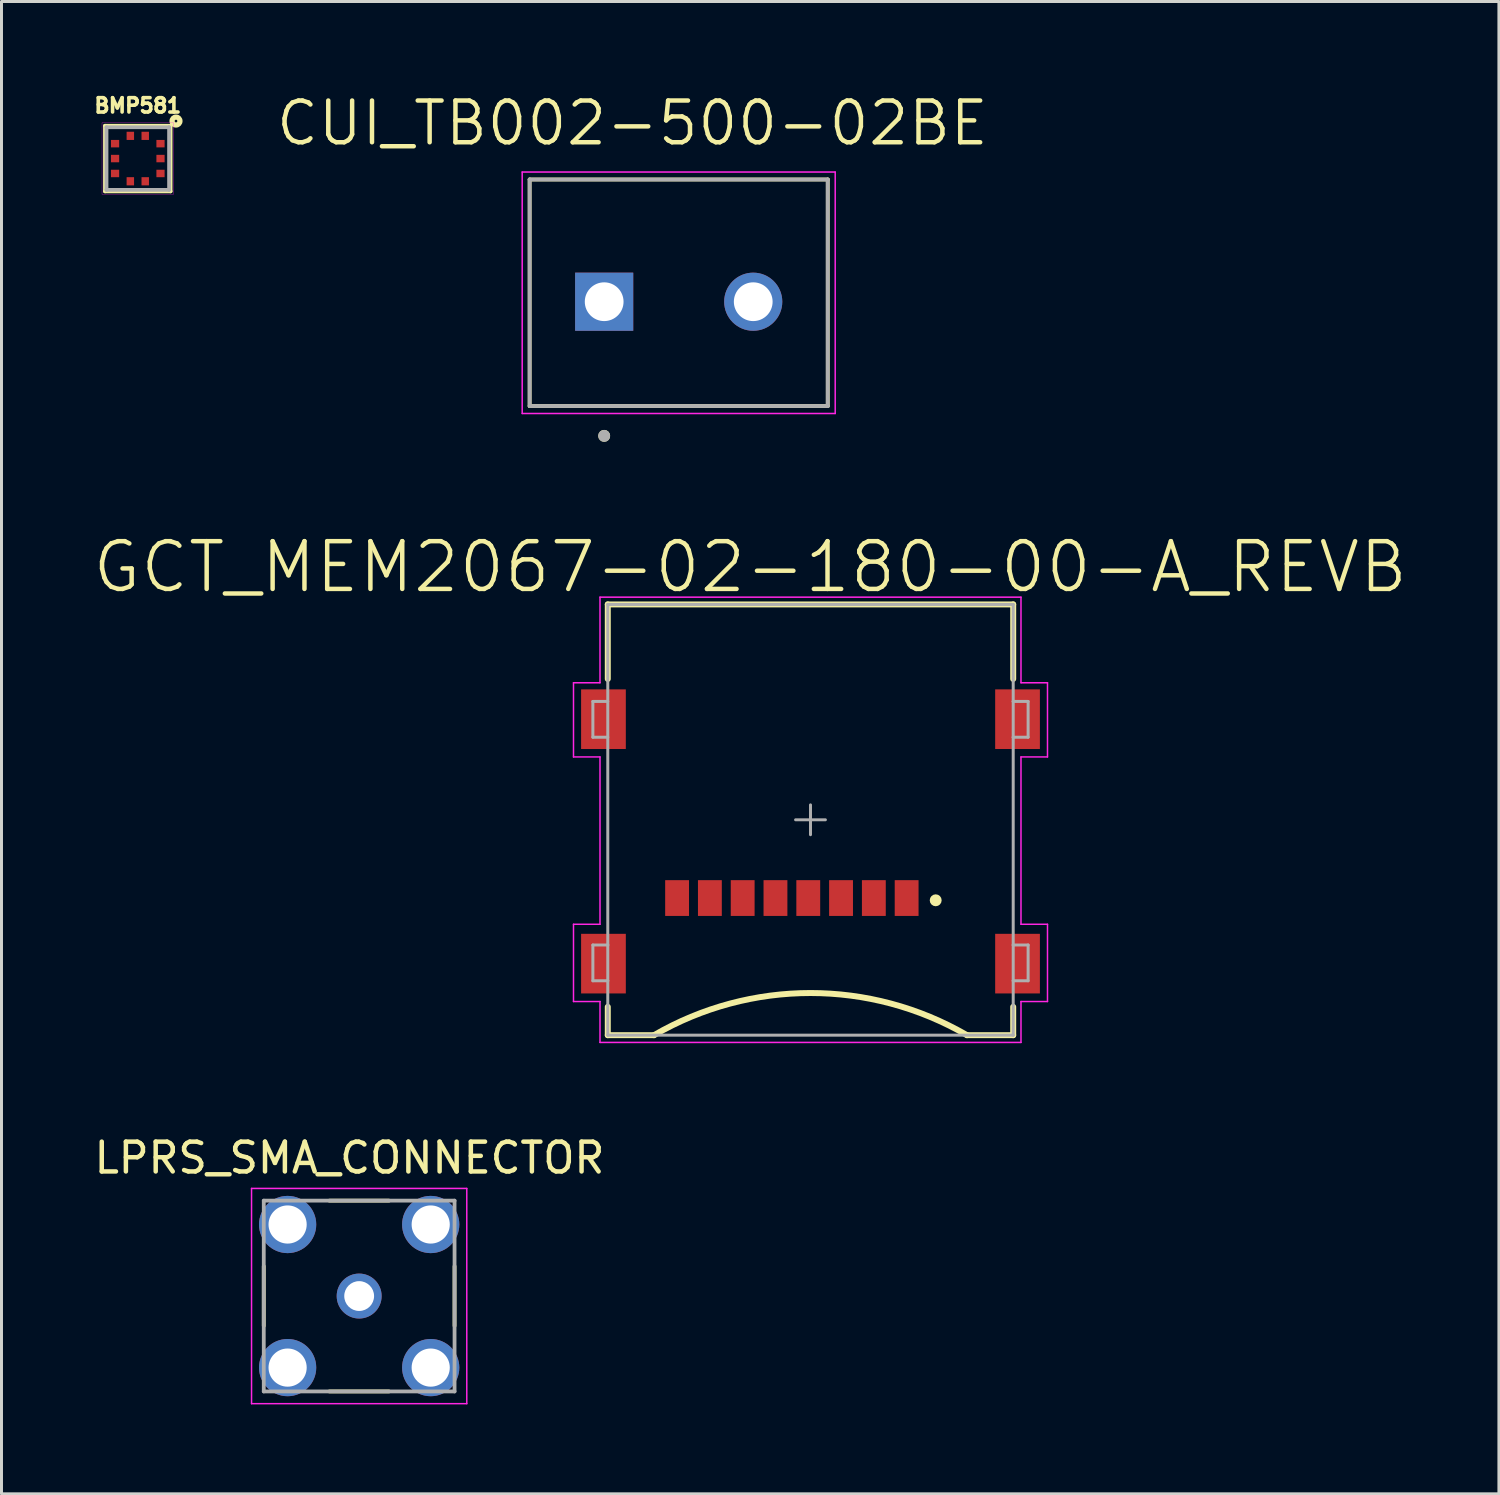
<source format=kicad_pcb>
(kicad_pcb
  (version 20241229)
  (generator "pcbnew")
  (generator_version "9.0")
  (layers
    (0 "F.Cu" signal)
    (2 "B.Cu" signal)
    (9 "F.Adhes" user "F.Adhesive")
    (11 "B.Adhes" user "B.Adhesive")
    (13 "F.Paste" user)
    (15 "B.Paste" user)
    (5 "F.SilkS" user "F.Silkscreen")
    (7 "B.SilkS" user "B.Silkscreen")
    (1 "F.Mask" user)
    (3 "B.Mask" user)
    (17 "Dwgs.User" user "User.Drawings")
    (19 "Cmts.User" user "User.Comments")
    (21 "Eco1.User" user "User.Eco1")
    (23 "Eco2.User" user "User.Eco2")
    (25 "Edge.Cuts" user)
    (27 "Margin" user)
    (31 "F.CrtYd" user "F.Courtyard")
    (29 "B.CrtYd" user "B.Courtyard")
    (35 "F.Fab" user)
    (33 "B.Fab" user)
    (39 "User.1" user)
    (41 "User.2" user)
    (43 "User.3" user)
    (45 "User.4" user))
  (footprint "GCT_MEM2067-02-180-00-A_REVB"
    (layer "F.Cu")
    (at 24.138 24.45)
    (property "Reference" "GCT_MEM2067-02-180-00-A_REVB" (at -2.023 -8.478 0) (layer "F.SilkS") (effects (font (size 1.602 1.602) (thickness 0.15))))
    (attr smd)
    (fp_line (start -6.8 -7.225) (end 6.8 -7.225) (stroke (width 0.2) (type solid)) (layer "F.SilkS"))
    (fp_line (start -6.8 -4.725) (end -6.8 -7.225) (stroke (width 0.2) (type solid)) (layer "F.SilkS"))
    (fp_line (start -6.8 7.225) (end -6.8 6.275) (stroke (width 0.2) (type solid)) (layer "F.SilkS"))
    (fp_line (start -6.8 7.225) (end -5.25 7.225) (stroke (width 0.2) (type solid)) (layer "F.SilkS"))
    (fp_line (start 5.25 7.225) (end 6.8 7.225) (stroke (width 0.2) (type solid)) (layer "F.SilkS"))
    (fp_line (start 6.8 -4.725) (end 6.8 -7.225) (stroke (width 0.2) (type solid)) (layer "F.SilkS"))
    (fp_line (start 6.8 7.225) (end 6.8 6.275) (stroke (width 0.2) (type solid)) (layer "F.SilkS"))
    (fp_arc (start -5.25 7.225) (mid 0 5.810899) (end 5.25 7.225) (stroke (width 0.2) (type solid)) (layer "F.SilkS"))
    (fp_circle (center 4.2 2.7) (end 4.3 2.7) (stroke (width 0.2) (type solid)) (fill no) (layer "F.SilkS"))
    (fp_line (start -7.95 -4.597) (end -7.061 -4.597) (stroke (width 0.05) (type solid)) (layer "F.CrtYd"))
    (fp_line (start -7.95 -2.108) (end -7.95 -4.597) (stroke (width 0.05) (type solid)) (layer "F.CrtYd"))
    (fp_line (start -7.95 -2.108) (end -7.061 -2.108) (stroke (width 0.05) (type solid)) (layer "F.CrtYd"))
    (fp_line (start -7.95 3.505) (end -7.061 3.505) (stroke (width 0.05) (type solid)) (layer "F.CrtYd"))
    (fp_line (start -7.95 6.096) (end -7.95 3.505) (stroke (width 0.05) (type solid)) (layer "F.CrtYd"))
    (fp_line (start -7.95 6.096) (end -7.061 6.096) (stroke (width 0.05) (type solid)) (layer "F.CrtYd"))
    (fp_line (start -7.061 -7.468) (end 7.061 -7.468) (stroke (width 0.05) (type solid)) (layer "F.CrtYd"))
    (fp_line (start -7.061 -4.597) (end -7.061 -7.468) (stroke (width 0.05) (type solid)) (layer "F.CrtYd"))
    (fp_line (start -7.061 3.505) (end -7.061 -2.108) (stroke (width 0.05) (type solid)) (layer "F.CrtYd"))
    (fp_line (start -7.061 7.468) (end -7.061 6.096) (stroke (width 0.05) (type solid)) (layer "F.CrtYd"))
    (fp_line (start -7.061 7.468) (end 7.061 7.468) (stroke (width 0.05) (type solid)) (layer "F.CrtYd"))
    (fp_line (start 7.061 -4.597) (end 7.061 -7.468) (stroke (width 0.05) (type solid)) (layer "F.CrtYd"))
    (fp_line (start 7.061 -4.597) (end 7.95 -4.597) (stroke (width 0.05) (type solid)) (layer "F.CrtYd"))
    (fp_line (start 7.061 -2.108) (end 7.95 -2.108) (stroke (width 0.05) (type solid)) (layer "F.CrtYd"))
    (fp_line (start 7.061 3.505) (end 7.061 -2.108) (stroke (width 0.05) (type solid)) (layer "F.CrtYd"))
    (fp_line (start 7.061 3.505) (end 7.95 3.505) (stroke (width 0.05) (type solid)) (layer "F.CrtYd"))
    (fp_line (start 7.061 6.096) (end 7.95 6.096) (stroke (width 0.05) (type solid)) (layer "F.CrtYd"))
    (fp_line (start 7.061 7.468) (end 7.061 6.096) (stroke (width 0.05) (type solid)) (layer "F.CrtYd"))
    (fp_line (start 7.95 -2.108) (end 7.95 -4.597) (stroke (width 0.05) (type solid)) (layer "F.CrtYd"))
    (fp_line (start 7.95 6.096) (end 7.95 3.505) (stroke (width 0.05) (type solid)) (layer "F.CrtYd"))
    (fp_line (start -7.3 -3.97) (end -6.8 -3.97) (stroke (width 0.1) (type solid)) (layer "F.Fab"))
    (fp_line (start -7.3 -2.77) (end -7.3 -3.97) (stroke (width 0.1) (type solid)) (layer "F.Fab"))
    (fp_line (start -7.3 -2.77) (end -6.8 -2.77) (stroke (width 0.1) (type solid)) (layer "F.Fab"))
    (fp_line (start -7.3 4.2) (end -6.8 4.2) (stroke (width 0.1) (type solid)) (layer "F.Fab"))
    (fp_line (start -7.3 5.4) (end -7.3 4.2) (stroke (width 0.1) (type solid)) (layer "F.Fab"))
    (fp_line (start -7.3 5.4) (end -6.8 5.4) (stroke (width 0.1) (type solid)) (layer "F.Fab"))
    (fp_line (start -6.8 -7.225) (end 6.8 -7.225) (stroke (width 0.1) (type solid)) (layer "F.Fab"))
    (fp_line (start -6.8 4.2) (end -6.8 -7.225) (stroke (width 0.1) (type solid)) (layer "F.Fab"))
    (fp_line (start -6.8 5.4) (end -6.8 4.2) (stroke (width 0.1) (type solid)) (layer "F.Fab"))
    (fp_line (start -6.8 7.225) (end -6.8 5.4) (stroke (width 0.1) (type solid)) (layer "F.Fab"))
    (fp_line (start -6.8 7.225) (end 6.8 7.225) (stroke (width 0.1) (type solid)) (layer "F.Fab"))
    (fp_line (start -0.5 0) (end 0.5 0) (stroke (width 0.1) (type solid)) (layer "F.Fab"))
    (fp_line (start 0 0.5) (end 0 -0.5) (stroke (width 0.1) (type solid)) (layer "F.Fab"))
    (fp_line (start 6.8 -3.97) (end 6.8 -7.225) (stroke (width 0.1) (type solid)) (layer "F.Fab"))
    (fp_line (start 6.8 -3.97) (end 7.3 -3.97) (stroke (width 0.1) (type solid)) (layer "F.Fab"))
    (fp_line (start 6.8 -2.77) (end 6.8 -3.97) (stroke (width 0.1) (type solid)) (layer "F.Fab"))
    (fp_line (start 6.8 -2.77) (end 7.3 -2.77) (stroke (width 0.1) (type solid)) (layer "F.Fab"))
    (fp_line (start 6.8 4.2) (end 6.8 -2.77) (stroke (width 0.1) (type solid)) (layer "F.Fab"))
    (fp_line (start 6.8 4.2) (end 7.3 4.2) (stroke (width 0.1) (type solid)) (layer "F.Fab"))
    (fp_line (start 6.8 5.4) (end 6.8 4.2) (stroke (width 0.1) (type solid)) (layer "F.Fab"))
    (fp_line (start 6.8 5.4) (end 7.3 5.4) (stroke (width 0.1) (type solid)) (layer "F.Fab"))
    (fp_line (start 6.8 7.225) (end 6.8 5.4) (stroke (width 0.1) (type solid)) (layer "F.Fab"))
    (fp_line (start 7.3 -2.77) (end 7.3 -3.97) (stroke (width 0.1) (type solid)) (layer "F.Fab"))
    (fp_line (start 7.3 5.4) (end 7.3 4.2) (stroke (width 0.1) (type solid)) (layer "F.Fab"))
    (pad "1" smd rect (at 3.225 2.625) (size 0.8 1.2) (layers "F.Cu" "F.Mask" "F.Paste"))
    (pad "2" smd rect (at 2.125 2.625) (size 0.8 1.2) (layers "F.Cu" "F.Mask" "F.Paste"))
    (pad "3" smd rect (at 1.025 2.625) (size 0.8 1.2) (layers "F.Cu" "F.Mask" "F.Paste"))
    (pad "4" smd rect (at -0.075 2.625) (size 0.8 1.2) (layers "F.Cu" "F.Mask" "F.Paste"))
    (pad "5" smd rect (at -1.175 2.625) (size 0.8 1.2) (layers "F.Cu" "F.Mask" "F.Paste"))
    (pad "6" smd rect (at -2.275 2.625) (size 0.8 1.2) (layers "F.Cu" "F.Mask" "F.Paste"))
    (pad "7" smd rect (at -3.375 2.625) (size 0.8 1.2) (layers "F.Cu" "F.Mask" "F.Paste"))
    (pad "8" smd rect (at -4.475 2.625) (size 0.8 1.2) (layers "F.Cu" "F.Mask" "F.Paste"))
    (pad "9" smd rect (at -6.945 4.825) (size 1.5 2) (layers "F.Cu" "F.Mask" "F.Paste"))
    (pad "10" smd rect (at -6.945 -3.375) (size 1.5 2) (layers "F.Cu" "F.Mask" "F.Paste"))
    (pad "11" smd rect (at 6.945 -3.375) (size 1.5 2) (layers "F.Cu" "F.Mask" "F.Paste"))
    (pad "12" smd rect (at 6.945 4.825) (size 1.5 2) (layers "F.Cu" "F.Mask" "F.Paste"))
    (zone (net_name "") (layer "F.Cu") (hatch full 0.508) (connect_pads) (min_thickness 0.01) (filled_areas_thickness no) (keepout (tracks not_allowed) (vias not_allowed) (pads not_allowed) (copperpour not_allowed) (footprints allowed)) (placement (enabled no)) (fill) (polygon (pts (xy 18.984 18.625) (xy 27.988 18.625) (xy 27.988 21.422) (xy 18.984 21.422)))))
  (footprint "BMP581"
    (layer "F.Cu")
    (at 1.572 2.269)
    (property "Reference" "BMP581" (at 0 -1.778 0) (layer "F.SilkS") (effects (font (size 0.48 0.48) (thickness 0.15))))
    (attr through_hole)
    (fp_line (start -1.1 -1.1) (end 1.1 -1.1) (stroke (width 0.127) (type solid)) (layer "F.SilkS"))
    (fp_line (start -1.1 1.1) (end -1.1 -1.1) (stroke (width 0.127) (type solid)) (layer "F.SilkS"))
    (fp_line (start 1.1 -1.1) (end 1.1 1.1) (stroke (width 0.127) (type solid)) (layer "F.SilkS"))
    (fp_line (start 1.1 1.1) (end -1.1 1.1) (stroke (width 0.127) (type solid)) (layer "F.SilkS"))
    (fp_circle (center 1.282 -1.258) (end 1.327 -1.258) (stroke (width 0.175) (type solid)) (fill no) (layer "F.SilkS"))
    (fp_poly (pts (xy -0.875 -0.6) (xy -0.65 -0.6) (xy -0.65 -0.4) (xy -0.875 -0.4)) (stroke (width 0.01) (type solid)) (fill yes) (layer "F.Paste"))
    (fp_poly (pts (xy -0.875 -0.1) (xy -0.65 -0.1) (xy -0.65 0.1) (xy -0.875 0.1)) (stroke (width 0.01) (type solid)) (fill yes) (layer "F.Paste"))
    (fp_poly (pts (xy -0.875 0.4) (xy -0.65 0.4) (xy -0.65 0.6) (xy -0.875 0.6)) (stroke (width 0.01) (type solid)) (fill yes) (layer "F.Paste"))
    (fp_poly (pts (xy -0.362 -0.863) (xy -0.138 -0.863) (xy -0.138 -0.662) (xy -0.362 -0.662)) (stroke (width 0.01) (type solid)) (fill yes) (layer "F.Paste"))
    (fp_poly (pts (xy -0.362 0.662) (xy -0.138 0.662) (xy -0.138 0.863) (xy -0.362 0.863)) (stroke (width 0.01) (type solid)) (fill yes) (layer "F.Paste"))
    (fp_poly (pts (xy 0.138 -0.863) (xy 0.362 -0.863) (xy 0.362 -0.662) (xy 0.138 -0.662)) (stroke (width 0.01) (type solid)) (fill yes) (layer "F.Paste"))
    (fp_poly (pts (xy 0.138 0.662) (xy 0.362 0.662) (xy 0.362 0.863) (xy 0.138 0.863)) (stroke (width 0.01) (type solid)) (fill yes) (layer "F.Paste"))
    (fp_poly (pts (xy 0.65 -0.6) (xy 0.875 -0.6) (xy 0.875 -0.4) (xy 0.65 -0.4)) (stroke (width 0.01) (type solid)) (fill yes) (layer "F.Paste"))
    (fp_poly (pts (xy 0.65 -0.1) (xy 0.875 -0.1) (xy 0.875 0.1) (xy 0.65 0.1)) (stroke (width 0.01) (type solid)) (fill yes) (layer "F.Paste"))
    (fp_poly (pts (xy 0.65 0.4) (xy 0.875 0.4) (xy 0.875 0.6) (xy 0.65 0.6)) (stroke (width 0.01) (type solid)) (fill yes) (layer "F.Paste"))
    (fp_poly (pts (xy -1.2 -1.2) (xy 1.2 -1.2) (xy 1.2 1.2) (xy -1.2 1.2)) (stroke (width 0.01) (type solid)) (fill no) (layer "F.CrtYd"))
    (fp_line (start -1.05 -1.05) (end 1.05 -1.05) (stroke (width 0.127) (type solid)) (layer "F.Fab"))
    (fp_line (start -1.05 1.05) (end -1.05 -1.05) (stroke (width 0.127) (type solid)) (layer "F.Fab"))
    (fp_line (start 1.05 -1.05) (end 1.05 1.05) (stroke (width 0.127) (type solid)) (layer "F.Fab"))
    (fp_line (start 1.05 1.05) (end -1.05 1.05) (stroke (width 0.127) (type solid)) (layer "F.Fab"))
    (pad "1" smd rect (at 0.25 -0.762) (size 0.25 0.275) (layers "F.Cu" "F.Mask"))
    (pad "2" smd rect (at -0.25 -0.762) (size 0.25 0.275) (layers "F.Cu" "F.Mask"))
    (pad "3" smd rect (at -0.762 -0.5) (size 0.275 0.25) (layers "F.Cu" "F.Mask"))
    (pad "4" smd rect (at -0.762 0) (size 0.275 0.25) (layers "F.Cu" "F.Mask"))
    (pad "5" smd rect (at -0.762 0.5) (size 0.275 0.25) (layers "F.Cu" "F.Mask"))
    (pad "6" smd rect (at -0.25 0.762) (size 0.25 0.275) (layers "F.Cu" "F.Mask"))
    (pad "7" smd rect (at 0.25 0.762) (size 0.25 0.275) (layers "F.Cu" "F.Mask"))
    (pad "8" smd rect (at 0.762 0.5) (size 0.275 0.25) (layers "F.Cu" "F.Mask"))
    (pad "9" smd rect (at 0.762 0) (size 0.275 0.25) (layers "F.Cu" "F.Mask"))
    (pad "10" smd rect (at 0.762 -0.5) (size 0.275 0.25) (layers "F.Cu" "F.Mask")))
  (footprint "CUI_TB002-500-02BE"
    (layer "F.Cu")
    (at 17.217 7.071)
    (property "Reference" "CUI_TB002-500-02BE" (at 0.945 -5.989 0) (layer "F.SilkS") (effects (font (size 1.4 1.4) (thickness 0.15))))
    (attr through_hole)
    (fp_line (start -2.5 -4.1) (end 7.5 -4.1) (stroke (width 0.127) (type solid)) (layer "F.SilkS"))
    (fp_line (start -2.5 3.5) (end -2.5 -4.1) (stroke (width 0.127) (type solid)) (layer "F.SilkS"))
    (fp_line (start 7.5 -4.1) (end 7.5 3.5) (stroke (width 0.127) (type solid)) (layer "F.SilkS"))
    (fp_line (start 7.5 3.5) (end -2.5 3.5) (stroke (width 0.127) (type solid)) (layer "F.SilkS"))
    (fp_circle (center 0 4.5) (end 0.1 4.5) (stroke (width 0.2) (type solid)) (fill no) (layer "F.SilkS"))
    (fp_line (start -2.75 -4.35) (end 7.75 -4.35) (stroke (width 0.05) (type solid)) (layer "F.CrtYd"))
    (fp_line (start -2.75 3.75) (end -2.75 -4.35) (stroke (width 0.05) (type solid)) (layer "F.CrtYd"))
    (fp_line (start 7.75 -4.35) (end 7.75 3.75) (stroke (width 0.05) (type solid)) (layer "F.CrtYd"))
    (fp_line (start 7.75 3.75) (end -2.75 3.75) (stroke (width 0.05) (type solid)) (layer "F.CrtYd"))
    (fp_line (start -2.5 -4.1) (end 7.5 -4.1) (stroke (width 0.127) (type solid)) (layer "F.Fab"))
    (fp_line (start -2.5 3.5) (end -2.5 -4.1) (stroke (width 0.127) (type solid)) (layer "F.Fab"))
    (fp_line (start 7.5 -4.1) (end 7.5 3.5) (stroke (width 0.127) (type solid)) (layer "F.Fab"))
    (fp_line (start 7.5 3.5) (end -2.5 3.5) (stroke (width 0.127) (type solid)) (layer "F.Fab"))
    (fp_circle (center 0 4.5) (end 0.1 4.5) (stroke (width 0.2) (type solid)) (fill no) (layer "F.Fab"))
    (pad "1" thru_hole rect (at 0 0) (size 1.95 1.95) (drill 1.3) (layers "*.Cu" "*.Mask"))
    (pad "2" thru_hole circle (at 5 0) (size 1.95 1.95) (drill 1.3) (layers "*.Cu" "*.Mask")))
  (footprint "LPRS_SMA_CONNECTOR"
    (layer "F.Cu")
    (at 8.998 40.426)
    (property "Reference" "LPRS_SMA_CONNECTOR" (at -0.325 -4.635 0) (layer "F.SilkS") (effects (font (size 1 1) (thickness 0.15))))
    (attr through_hole)
    (fp_line (start -3.2 1) (end -3.2 -1) (stroke (width 0.127) (type solid)) (layer "F.SilkS"))
    (fp_line (start -1 -3.2) (end 1 -3.2) (stroke (width 0.127) (type solid)) (layer "F.SilkS"))
    (fp_line (start 1 3.2) (end -1 3.2) (stroke (width 0.127) (type solid)) (layer "F.SilkS"))
    (fp_line (start 3.2 -1) (end 3.2 1) (stroke (width 0.127) (type solid)) (layer "F.SilkS"))
    (fp_line (start -3.61 -3.61) (end 3.61 -3.61) (stroke (width 0.05) (type solid)) (layer "F.CrtYd"))
    (fp_line (start -3.61 3.61) (end -3.61 -3.61) (stroke (width 0.05) (type solid)) (layer "F.CrtYd"))
    (fp_line (start 3.61 -3.61) (end 3.61 3.61) (stroke (width 0.05) (type solid)) (layer "F.CrtYd"))
    (fp_line (start 3.61 3.61) (end -3.61 3.61) (stroke (width 0.05) (type solid)) (layer "F.CrtYd"))
    (fp_line (start -3.2 -3.2) (end 3.2 -3.2) (stroke (width 0.127) (type solid)) (layer "F.Fab"))
    (fp_line (start -3.2 3.2) (end -3.2 -3.2) (stroke (width 0.127) (type solid)) (layer "F.Fab"))
    (fp_line (start 3.2 -3.2) (end 3.2 3.2) (stroke (width 0.127) (type solid)) (layer "F.Fab"))
    (fp_line (start 3.2 3.2) (end -3.2 3.2) (stroke (width 0.127) (type solid)) (layer "F.Fab"))
    (pad "1" thru_hole circle (at 0 0) (size 1.508 1.508) (drill 1) (layers "*.Cu" "*.Mask"))
    (pad "G1" thru_hole circle (at -2.4 -2.4) (size 1.92 1.92) (drill 1.28) (layers "*.Cu" "*.Mask"))
    (pad "G2" thru_hole circle (at -2.4 2.4) (size 1.92 1.92) (drill 1.28) (layers "*.Cu" "*.Mask"))
    (pad "G3" thru_hole circle (at 2.4 2.4) (size 1.92 1.92) (drill 1.28) (layers "*.Cu" "*.Mask"))
    (pad "G4" thru_hole circle (at 2.4 -2.4) (size 1.92 1.92) (drill 1.28) (layers "*.Cu" "*.Mask")))
  (gr_rect
    (start -3 -3)
    (end 47.231 47.061)
    (stroke (width 0.1) (type default))
    (fill no)
    (layer "Edge.Cuts")))
</source>
